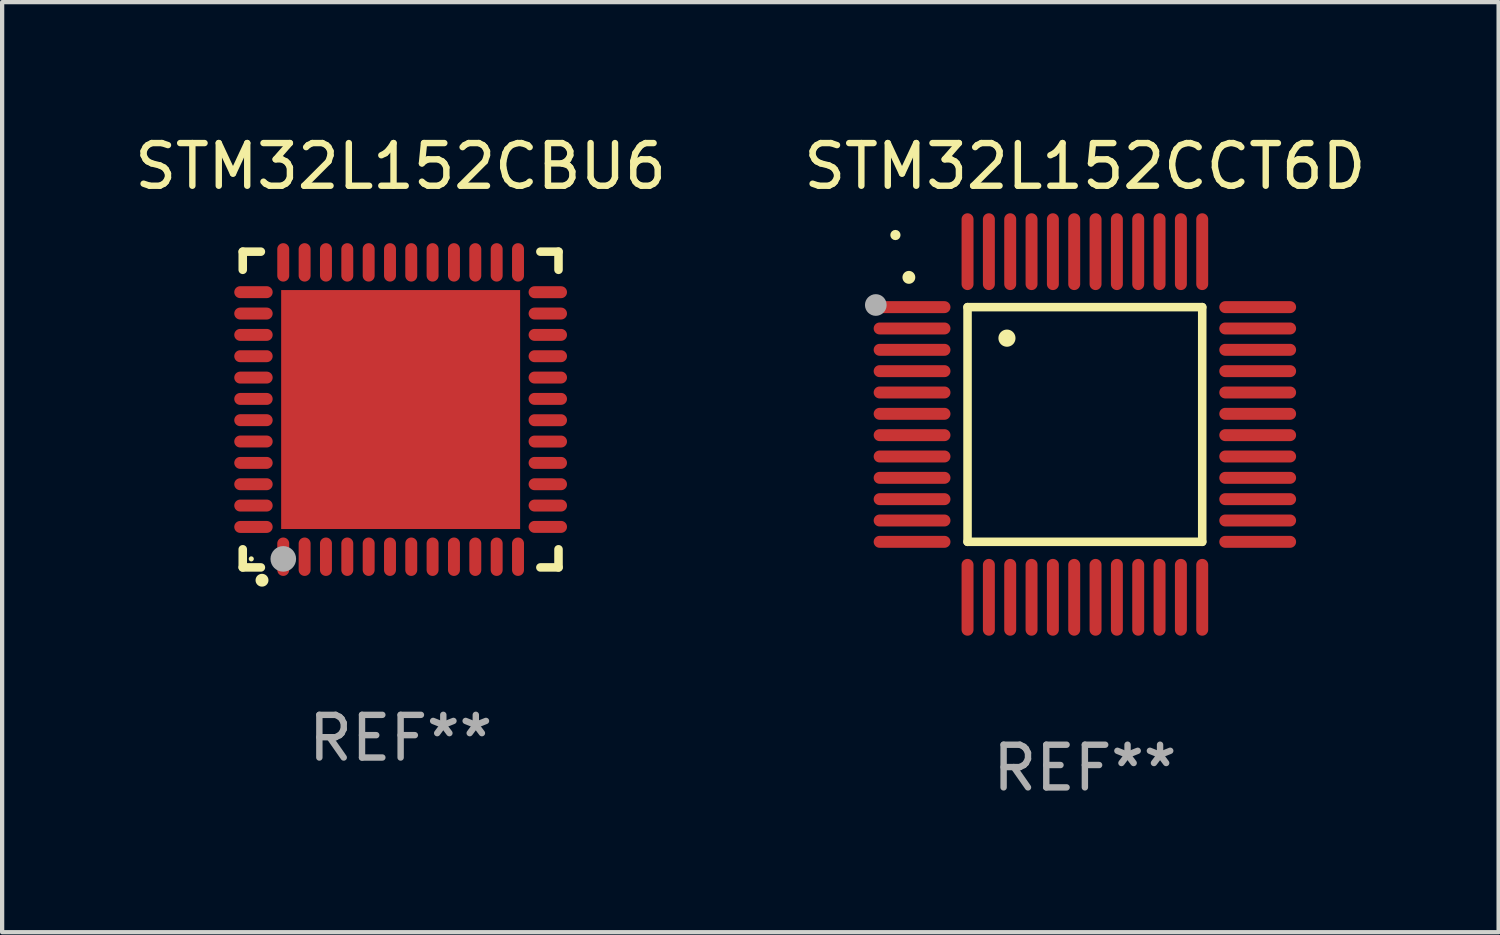
<source format=kicad_pcb>
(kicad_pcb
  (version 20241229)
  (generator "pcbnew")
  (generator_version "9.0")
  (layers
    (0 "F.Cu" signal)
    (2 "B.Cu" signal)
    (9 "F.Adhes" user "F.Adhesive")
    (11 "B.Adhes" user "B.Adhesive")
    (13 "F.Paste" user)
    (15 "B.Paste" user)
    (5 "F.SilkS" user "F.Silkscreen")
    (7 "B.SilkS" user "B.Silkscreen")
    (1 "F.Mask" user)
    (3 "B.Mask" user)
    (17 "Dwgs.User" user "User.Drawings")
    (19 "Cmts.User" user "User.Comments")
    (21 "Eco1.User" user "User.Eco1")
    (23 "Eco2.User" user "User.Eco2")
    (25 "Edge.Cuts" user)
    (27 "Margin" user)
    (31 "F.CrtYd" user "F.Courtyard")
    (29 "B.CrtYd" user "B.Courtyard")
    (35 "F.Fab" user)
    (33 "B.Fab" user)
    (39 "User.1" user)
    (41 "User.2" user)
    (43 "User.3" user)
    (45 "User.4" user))
  (footprint "STM32L152CBU6"
    (layer "F.Cu")
    (at 6.339 6.548)
    (property "Reference" "STM32L152CBU6" (at 0 -5.7 0) (layer "F.SilkS") (effects (font (size 1 1) (thickness 0.15))))
    (attr through_hole)
    (fp_line (start -3.7 -3.7) (end -3.275 -3.7) (stroke (width 0.2) (type solid)) (layer "F.SilkS"))
    (fp_line (start -3.7 -3.275) (end -3.7 -3.7) (stroke (width 0.2) (type solid)) (layer "F.SilkS"))
    (fp_line (start -3.7 3.7) (end -3.7 3.275) (stroke (width 0.2) (type solid)) (layer "F.SilkS"))
    (fp_line (start -3.275 3.7) (end -3.7 3.7) (stroke (width 0.2) (type solid)) (layer "F.SilkS"))
    (fp_line (start 3.7 -3.7) (end 3.275 -3.7) (stroke (width 0.2) (type solid)) (layer "F.SilkS"))
    (fp_line (start 3.7 -3.275) (end 3.7 -3.7) (stroke (width 0.2) (type solid)) (layer "F.SilkS"))
    (fp_line (start 3.7 3.275) (end 3.7 3.7) (stroke (width 0.2) (type solid)) (layer "F.SilkS"))
    (fp_line (start 3.7 3.7) (end 3.275 3.7) (stroke (width 0.2) (type solid)) (layer "F.SilkS"))
    (fp_arc (start -3.249936 3.999975) (mid -3.248666 3.99997) (end -3.247396 3.999975) (stroke (width 0.3) (type solid)) (layer "F.SilkS"))
    (fp_circle (center -3.5 3.5) (end -3.47 3.5) (stroke (width 0.06) (type solid)) (fill no) (layer "F.SilkS"))
    (fp_circle (center -2.75 3.5) (end -2.6 3.5) (stroke (width 0.3) (type solid)) (fill no) (layer "F.Fab"))
    (fp_text user "REF**" (at 0 7.7 0) (layer "F.Fab") (effects (font (size 1 1) (thickness 0.15))))
    (pad "1" smd oval (at -2.751 3.449) (size 0.28 0.9) (layers "F.Cu" "F.Mask" "F.Paste"))
    (pad "2" smd oval (at -2.25 3.449) (size 0.28 0.9) (layers "F.Cu" "F.Mask" "F.Paste"))
    (pad "3" smd oval (at -1.75 3.449) (size 0.28 0.9) (layers "F.Cu" "F.Mask" "F.Paste"))
    (pad "4" smd oval (at -1.25 3.449) (size 0.28 0.9) (layers "F.Cu" "F.Mask" "F.Paste"))
    (pad "5" smd oval (at -0.749 3.449) (size 0.28 0.9) (layers "F.Cu" "F.Mask" "F.Paste"))
    (pad "6" smd oval (at -0.249 3.449) (size 0.28 0.9) (layers "F.Cu" "F.Mask" "F.Paste"))
    (pad "7" smd oval (at 0.249 3.449) (size 0.28 0.9) (layers "F.Cu" "F.Mask" "F.Paste"))
    (pad "8" smd oval (at 0.749 3.449) (size 0.28 0.9) (layers "F.Cu" "F.Mask" "F.Paste"))
    (pad "9" smd oval (at 1.25 3.449) (size 0.28 0.9) (layers "F.Cu" "F.Mask" "F.Paste"))
    (pad "10" smd oval (at 1.75 3.449) (size 0.28 0.9) (layers "F.Cu" "F.Mask" "F.Paste"))
    (pad "11" smd oval (at 2.251 3.449) (size 0.28 0.9) (layers "F.Cu" "F.Mask" "F.Paste"))
    (pad "12" smd oval (at 2.751 3.449) (size 0.28 0.9) (layers "F.Cu" "F.Mask" "F.Paste"))
    (pad "13" smd oval (at 3.449 2.75) (size 0.9 0.28) (layers "F.Cu" "F.Mask" "F.Paste"))
    (pad "14" smd oval (at 3.449 2.25) (size 0.9 0.28) (layers "F.Cu" "F.Mask" "F.Paste"))
    (pad "15" smd oval (at 3.449 1.75) (size 0.9 0.28) (layers "F.Cu" "F.Mask" "F.Paste"))
    (pad "16" smd oval (at 3.449 1.25) (size 0.9 0.28) (layers "F.Cu" "F.Mask" "F.Paste"))
    (pad "17" smd oval (at 3.449 0.75) (size 0.9 0.28) (layers "F.Cu" "F.Mask" "F.Paste"))
    (pad "18" smd oval (at 3.449 0.25) (size 0.9 0.28) (layers "F.Cu" "F.Mask" "F.Paste"))
    (pad "19" smd oval (at 3.449 -0.25) (size 0.9 0.28) (layers "F.Cu" "F.Mask" "F.Paste"))
    (pad "20" smd oval (at 3.449 -0.75) (size 0.9 0.28) (layers "F.Cu" "F.Mask" "F.Paste"))
    (pad "21" smd oval (at 3.449 -1.25) (size 0.9 0.28) (layers "F.Cu" "F.Mask" "F.Paste"))
    (pad "22" smd oval (at 3.449 -1.75) (size 0.9 0.28) (layers "F.Cu" "F.Mask" "F.Paste"))
    (pad "23" smd oval (at 3.449 -2.25) (size 0.9 0.28) (layers "F.Cu" "F.Mask" "F.Paste"))
    (pad "24" smd oval (at 3.449 -2.75) (size 0.9 0.28) (layers "F.Cu" "F.Mask" "F.Paste"))
    (pad "25" smd oval (at 2.751 -3.449) (size 0.28 0.9) (layers "F.Cu" "F.Mask" "F.Paste"))
    (pad "26" smd oval (at 2.251 -3.449) (size 0.28 0.9) (layers "F.Cu" "F.Mask" "F.Paste"))
    (pad "27" smd oval (at 1.75 -3.449) (size 0.28 0.9) (layers "F.Cu" "F.Mask" "F.Paste"))
    (pad "28" smd oval (at 1.25 -3.449) (size 0.28 0.9) (layers "F.Cu" "F.Mask" "F.Paste"))
    (pad "29" smd oval (at 0.749 -3.449) (size 0.28 0.9) (layers "F.Cu" "F.Mask" "F.Paste"))
    (pad "30" smd oval (at 0.249 -3.449) (size 0.28 0.9) (layers "F.Cu" "F.Mask" "F.Paste"))
    (pad "31" smd oval (at -0.249 -3.449) (size 0.28 0.9) (layers "F.Cu" "F.Mask" "F.Paste"))
    (pad "32" smd oval (at -0.749 -3.449) (size 0.28 0.9) (layers "F.Cu" "F.Mask" "F.Paste"))
    (pad "33" smd oval (at -1.25 -3.449) (size 0.28 0.9) (layers "F.Cu" "F.Mask" "F.Paste"))
    (pad "34" smd oval (at -1.75 -3.449) (size 0.28 0.9) (layers "F.Cu" "F.Mask" "F.Paste"))
    (pad "35" smd oval (at -2.25 -3.449) (size 0.28 0.9) (layers "F.Cu" "F.Mask" "F.Paste"))
    (pad "36" smd oval (at -2.751 -3.449) (size 0.28 0.9) (layers "F.Cu" "F.Mask" "F.Paste"))
    (pad "37" smd oval (at -3.449 -2.751) (size 0.9 0.28) (layers "F.Cu" "F.Mask" "F.Paste"))
    (pad "38" smd oval (at -3.449 -2.25) (size 0.9 0.28) (layers "F.Cu" "F.Mask" "F.Paste"))
    (pad "39" smd oval (at -3.449 -1.75) (size 0.9 0.28) (layers "F.Cu" "F.Mask" "F.Paste"))
    (pad "40" smd oval (at -3.449 -1.25) (size 0.9 0.28) (layers "F.Cu" "F.Mask" "F.Paste"))
    (pad "41" smd oval (at -3.449 -0.749) (size 0.9 0.28) (layers "F.Cu" "F.Mask" "F.Paste"))
    (pad "42" smd oval (at -3.449 -0.249) (size 0.9 0.28) (layers "F.Cu" "F.Mask" "F.Paste"))
    (pad "43" smd oval (at -3.449 0.249) (size 0.9 0.28) (layers "F.Cu" "F.Mask" "F.Paste"))
    (pad "44" smd oval (at -3.449 0.749) (size 0.9 0.28) (layers "F.Cu" "F.Mask" "F.Paste"))
    (pad "45" smd oval (at -3.449 1.25) (size 0.9 0.28) (layers "F.Cu" "F.Mask" "F.Paste"))
    (pad "46" smd oval (at -3.449 1.75) (size 0.9 0.28) (layers "F.Cu" "F.Mask" "F.Paste"))
    (pad "47" smd oval (at -3.449 2.25) (size 0.9 0.28) (layers "F.Cu" "F.Mask" "F.Paste"))
    (pad "48" smd oval (at -3.449 2.751) (size 0.9 0.28) (layers "F.Cu" "F.Mask" "F.Paste"))
    (pad "49" smd rect (at 0.000076 -0.000025) (size 5.6 5.6) (layers "F.Cu" "F.Mask" "F.Paste")))
  (footprint "STM32L152CCT6D"
    (layer "F.Cu")
    (at 22.375 6.898)
    (property "Reference" "STM32L152CCT6D" (at 0 -6.05 0) (layer "F.SilkS") (effects (font (size 1 1) (thickness 0.15))))
    (attr through_hole)
    (fp_line (start -2.75 -2.75) (end 2.75 -2.75) (stroke (width 0.2) (type solid)) (layer "F.SilkS"))
    (fp_line (start -2.75 2.75) (end -2.75 -2.75) (stroke (width 0.2) (type solid)) (layer "F.SilkS"))
    (fp_line (start 2.75 -2.75) (end 2.75 2.75) (stroke (width 0.2) (type solid)) (layer "F.SilkS"))
    (fp_line (start 2.75 2.75) (end -2.75 2.75) (stroke (width 0.2) (type solid)) (layer "F.SilkS"))
    (fp_arc (start -4.124968 -3.446787) (mid -4.124973 -3.448057) (end -4.124968 -3.449327) (stroke (width 0.3) (type solid)) (layer "F.SilkS"))
    (fp_arc (start -1.826264 -2.021844) (mid -1.826268 -2.023114) (end -1.826264 -2.024384) (stroke (width 0.4) (type solid)) (layer "F.SilkS"))
    (fp_circle (center -4.44 -4.44) (end -4.38 -4.44) (stroke (width 0.12) (type solid)) (fill no) (layer "F.SilkS"))
    (fp_circle (center -4.9 -2.8) (end -4.773 -2.8) (stroke (width 0.254) (type solid)) (fill no) (layer "F.Fab"))
    (fp_text user "REF**" (at 0 8.05 0) (layer "F.Fab") (effects (font (size 1 1) (thickness 0.15))))
    (pad "1" smd oval (at -4.05 -2.75 90) (size 0.28 1.8) (layers "F.Cu" "F.Mask" "F.Paste"))
    (pad "2" smd oval (at -4.05 -2.25 90) (size 0.28 1.8) (layers "F.Cu" "F.Mask" "F.Paste"))
    (pad "3" smd oval (at -4.05 -1.75 90) (size 0.28 1.8) (layers "F.Cu" "F.Mask" "F.Paste"))
    (pad "4" smd oval (at -4.05 -1.25 90) (size 0.28 1.8) (layers "F.Cu" "F.Mask" "F.Paste"))
    (pad "5" smd oval (at -4.05 -0.75 90) (size 0.28 1.8) (layers "F.Cu" "F.Mask" "F.Paste"))
    (pad "6" smd oval (at -4.05 -0.25 90) (size 0.28 1.8) (layers "F.Cu" "F.Mask" "F.Paste"))
    (pad "7" smd oval (at -4.05 0.25 90) (size 0.28 1.8) (layers "F.Cu" "F.Mask" "F.Paste"))
    (pad "8" smd oval (at -4.05 0.75 90) (size 0.28 1.8) (layers "F.Cu" "F.Mask" "F.Paste"))
    (pad "9" smd oval (at -4.05 1.25 90) (size 0.28 1.8) (layers "F.Cu" "F.Mask" "F.Paste"))
    (pad "10" smd oval (at -4.05 1.75 90) (size 0.28 1.8) (layers "F.Cu" "F.Mask" "F.Paste"))
    (pad "11" smd oval (at -4.05 2.25 90) (size 0.28 1.8) (layers "F.Cu" "F.Mask" "F.Paste"))
    (pad "12" smd oval (at -4.05 2.75 90) (size 0.28 1.8) (layers "F.Cu" "F.Mask" "F.Paste"))
    (pad "13" smd oval (at -2.75 4.05) (size 0.28 1.8) (layers "F.Cu" "F.Mask" "F.Paste"))
    (pad "14" smd oval (at -2.25 4.05) (size 0.28 1.8) (layers "F.Cu" "F.Mask" "F.Paste"))
    (pad "15" smd oval (at -1.75 4.05) (size 0.28 1.8) (layers "F.Cu" "F.Mask" "F.Paste"))
    (pad "16" smd oval (at -1.25 4.05) (size 0.28 1.8) (layers "F.Cu" "F.Mask" "F.Paste"))
    (pad "17" smd oval (at -0.75 4.05) (size 0.28 1.8) (layers "F.Cu" "F.Mask" "F.Paste"))
    (pad "18" smd oval (at -0.25 4.05) (size 0.28 1.8) (layers "F.Cu" "F.Mask" "F.Paste"))
    (pad "19" smd oval (at 0.25 4.05) (size 0.28 1.8) (layers "F.Cu" "F.Mask" "F.Paste"))
    (pad "20" smd oval (at 0.75 4.05) (size 0.28 1.8) (layers "F.Cu" "F.Mask" "F.Paste"))
    (pad "21" smd oval (at 1.25 4.05) (size 0.28 1.8) (layers "F.Cu" "F.Mask" "F.Paste"))
    (pad "22" smd oval (at 1.75 4.05) (size 0.28 1.8) (layers "F.Cu" "F.Mask" "F.Paste"))
    (pad "23" smd oval (at 2.25 4.05) (size 0.28 1.8) (layers "F.Cu" "F.Mask" "F.Paste"))
    (pad "24" smd oval (at 2.75 4.05) (size 0.28 1.8) (layers "F.Cu" "F.Mask" "F.Paste"))
    (pad "25" smd oval (at 4.05 2.75 90) (size 0.28 1.8) (layers "F.Cu" "F.Mask" "F.Paste"))
    (pad "26" smd oval (at 4.05 2.25 90) (size 0.28 1.8) (layers "F.Cu" "F.Mask" "F.Paste"))
    (pad "27" smd oval (at 4.05 1.75 90) (size 0.28 1.8) (layers "F.Cu" "F.Mask" "F.Paste"))
    (pad "28" smd oval (at 4.05 1.25 90) (size 0.28 1.8) (layers "F.Cu" "F.Mask" "F.Paste"))
    (pad "29" smd oval (at 4.05 0.75 90) (size 0.28 1.8) (layers "F.Cu" "F.Mask" "F.Paste"))
    (pad "30" smd oval (at 4.05 0.25 90) (size 0.28 1.8) (layers "F.Cu" "F.Mask" "F.Paste"))
    (pad "31" smd oval (at 4.05 -0.25 90) (size 0.28 1.8) (layers "F.Cu" "F.Mask" "F.Paste"))
    (pad "32" smd oval (at 4.05 -0.75 90) (size 0.28 1.8) (layers "F.Cu" "F.Mask" "F.Paste"))
    (pad "33" smd oval (at 4.05 -1.25 90) (size 0.28 1.8) (layers "F.Cu" "F.Mask" "F.Paste"))
    (pad "34" smd oval (at 4.05 -1.75 90) (size 0.28 1.8) (layers "F.Cu" "F.Mask" "F.Paste"))
    (pad "35" smd oval (at 4.05 -2.25 90) (size 0.28 1.8) (layers "F.Cu" "F.Mask" "F.Paste"))
    (pad "36" smd oval (at 4.05 -2.75 90) (size 0.28 1.8) (layers "F.Cu" "F.Mask" "F.Paste"))
    (pad "37" smd oval (at 2.75 -4.05) (size 0.28 1.8) (layers "F.Cu" "F.Mask" "F.Paste"))
    (pad "38" smd oval (at 2.25 -4.05) (size 0.28 1.8) (layers "F.Cu" "F.Mask" "F.Paste"))
    (pad "39" smd oval (at 1.75 -4.05) (size 0.28 1.8) (layers "F.Cu" "F.Mask" "F.Paste"))
    (pad "40" smd oval (at 1.25 -4.05) (size 0.28 1.8) (layers "F.Cu" "F.Mask" "F.Paste"))
    (pad "41" smd oval (at 0.75 -4.05) (size 0.28 1.8) (layers "F.Cu" "F.Mask" "F.Paste"))
    (pad "42" smd oval (at 0.25 -4.05) (size 0.28 1.8) (layers "F.Cu" "F.Mask" "F.Paste"))
    (pad "43" smd oval (at -0.25 -4.05) (size 0.28 1.8) (layers "F.Cu" "F.Mask" "F.Paste"))
    (pad "44" smd oval (at -0.75 -4.05) (size 0.28 1.8) (layers "F.Cu" "F.Mask" "F.Paste"))
    (pad "45" smd oval (at -1.25 -4.05) (size 0.28 1.8) (layers "F.Cu" "F.Mask" "F.Paste"))
    (pad "46" smd oval (at -1.75 -4.05) (size 0.28 1.8) (layers "F.Cu" "F.Mask" "F.Paste"))
    (pad "47" smd oval (at -2.25 -4.05) (size 0.28 1.8) (layers "F.Cu" "F.Mask" "F.Paste"))
    (pad "48" smd oval (at -2.75 -4.05) (size 0.28 1.8) (layers "F.Cu" "F.Mask" "F.Paste")))
  (gr_rect
    (start -3 -3)
    (end 32.071 18.797)
    (stroke (width 0.1) (type default))
    (fill no)
    (layer "Edge.Cuts")))
</source>
